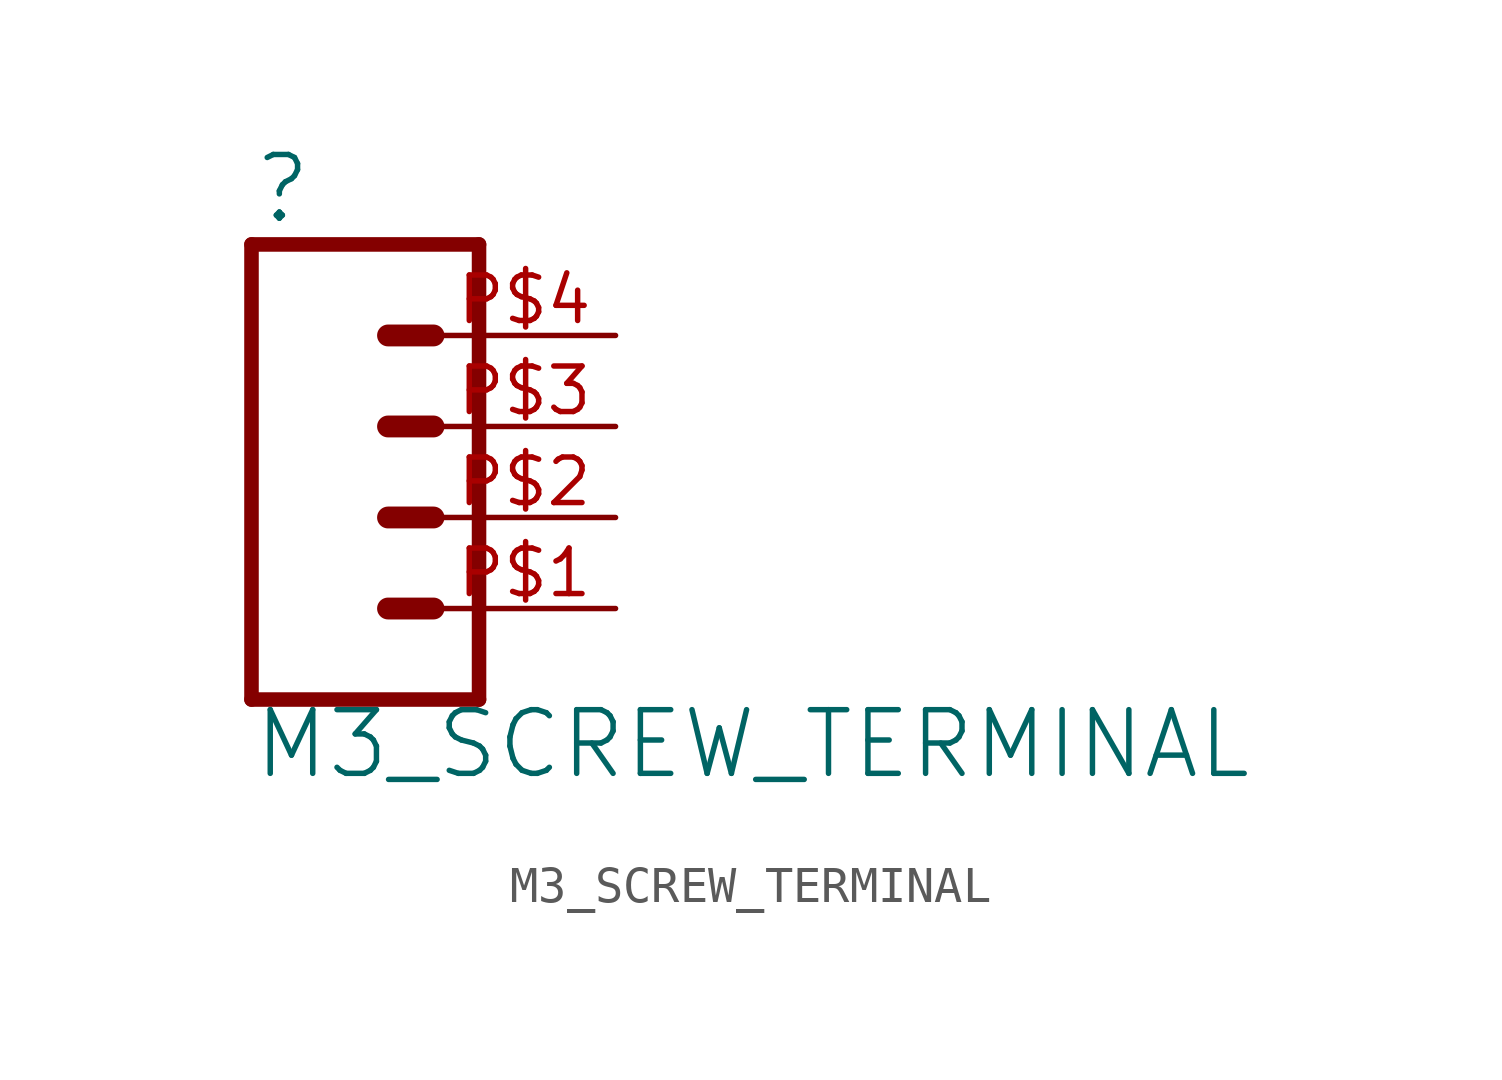
<source format=kicad_sym>
(kicad_symbol_lib
  (version 20211014)
  (generator kicad_symbol_editor)
  (symbol "M3_SCREW_TERMINAL"
    (property "Reference" ""
      (at -5.08 8.128 0)
      (effects (font (size 1.778 1.778)) (justify left bottom)))
    (property "Value" "M3_SCREW_TERMINAL"
      (at -5.08 -7.366 0)
      (effects (font (size 1.778 1.778)) (justify left bottom)))
    (property "ki_locked" ""
      (at 0 0 0)
      (effects (font (size 1.27 1.27))))
    (symbol "M3_SCREW_TERMINAL_1_0"
      (polyline (pts (xy -5.08 7.62) (xy -5.08 -5.08)) (stroke (width 0.406) (type default) (color 0 0 0 0)) (fill (type none)))
      (polyline (pts (xy -5.08 7.62) (xy 1.27 7.62)) (stroke (width 0.406) (type default) (color 0 0 0 0)) (fill (type none)))
      (polyline (pts (xy -1.27 -2.54) (xy 0 -2.54)) (stroke (width 0.61) (type default) (color 0 0 0 0)) (fill (type none)))
      (polyline (pts (xy -1.27 0) (xy 0 0)) (stroke (width 0.61) (type default) (color 0 0 0 0)) (fill (type none)))
      (polyline (pts (xy -1.27 2.54) (xy 0 2.54)) (stroke (width 0.61) (type default) (color 0 0 0 0)) (fill (type none)))
      (polyline (pts (xy -1.27 5.08) (xy 0 5.08)) (stroke (width 0.61) (type default) (color 0 0 0 0)) (fill (type none)))
      (polyline (pts (xy 1.27 -5.08) (xy -5.08 -5.08)) (stroke (width 0.406) (type default) (color 0 0 0 0)) (fill (type none)))
      (polyline (pts (xy 1.27 -5.08) (xy 1.27 7.62)) (stroke (width 0.406) (type default) (color 0 0 0 0)) (fill (type none)))
      (pin passive line (at 5.08 -2.54 180) (length 5.08) (name "1" (effects (font (size 0 0)))) (number "P$1" (effects (font (size 1.27 1.27)))))
      (pin passive line (at 5.08 0 180) (length 5.08) (name "2" (effects (font (size 0 0)))) (number "P$2" (effects (font (size 1.27 1.27)))))
      (pin passive line (at 5.08 2.54 180) (length 5.08) (name "3" (effects (font (size 0 0)))) (number "P$3" (effects (font (size 1.27 1.27)))))
      (pin passive line (at 5.08 5.08 180) (length 5.08) (name "4" (effects (font (size 0 0)))) (number "P$4" (effects (font (size 1.27 1.27))))))))
</source>
